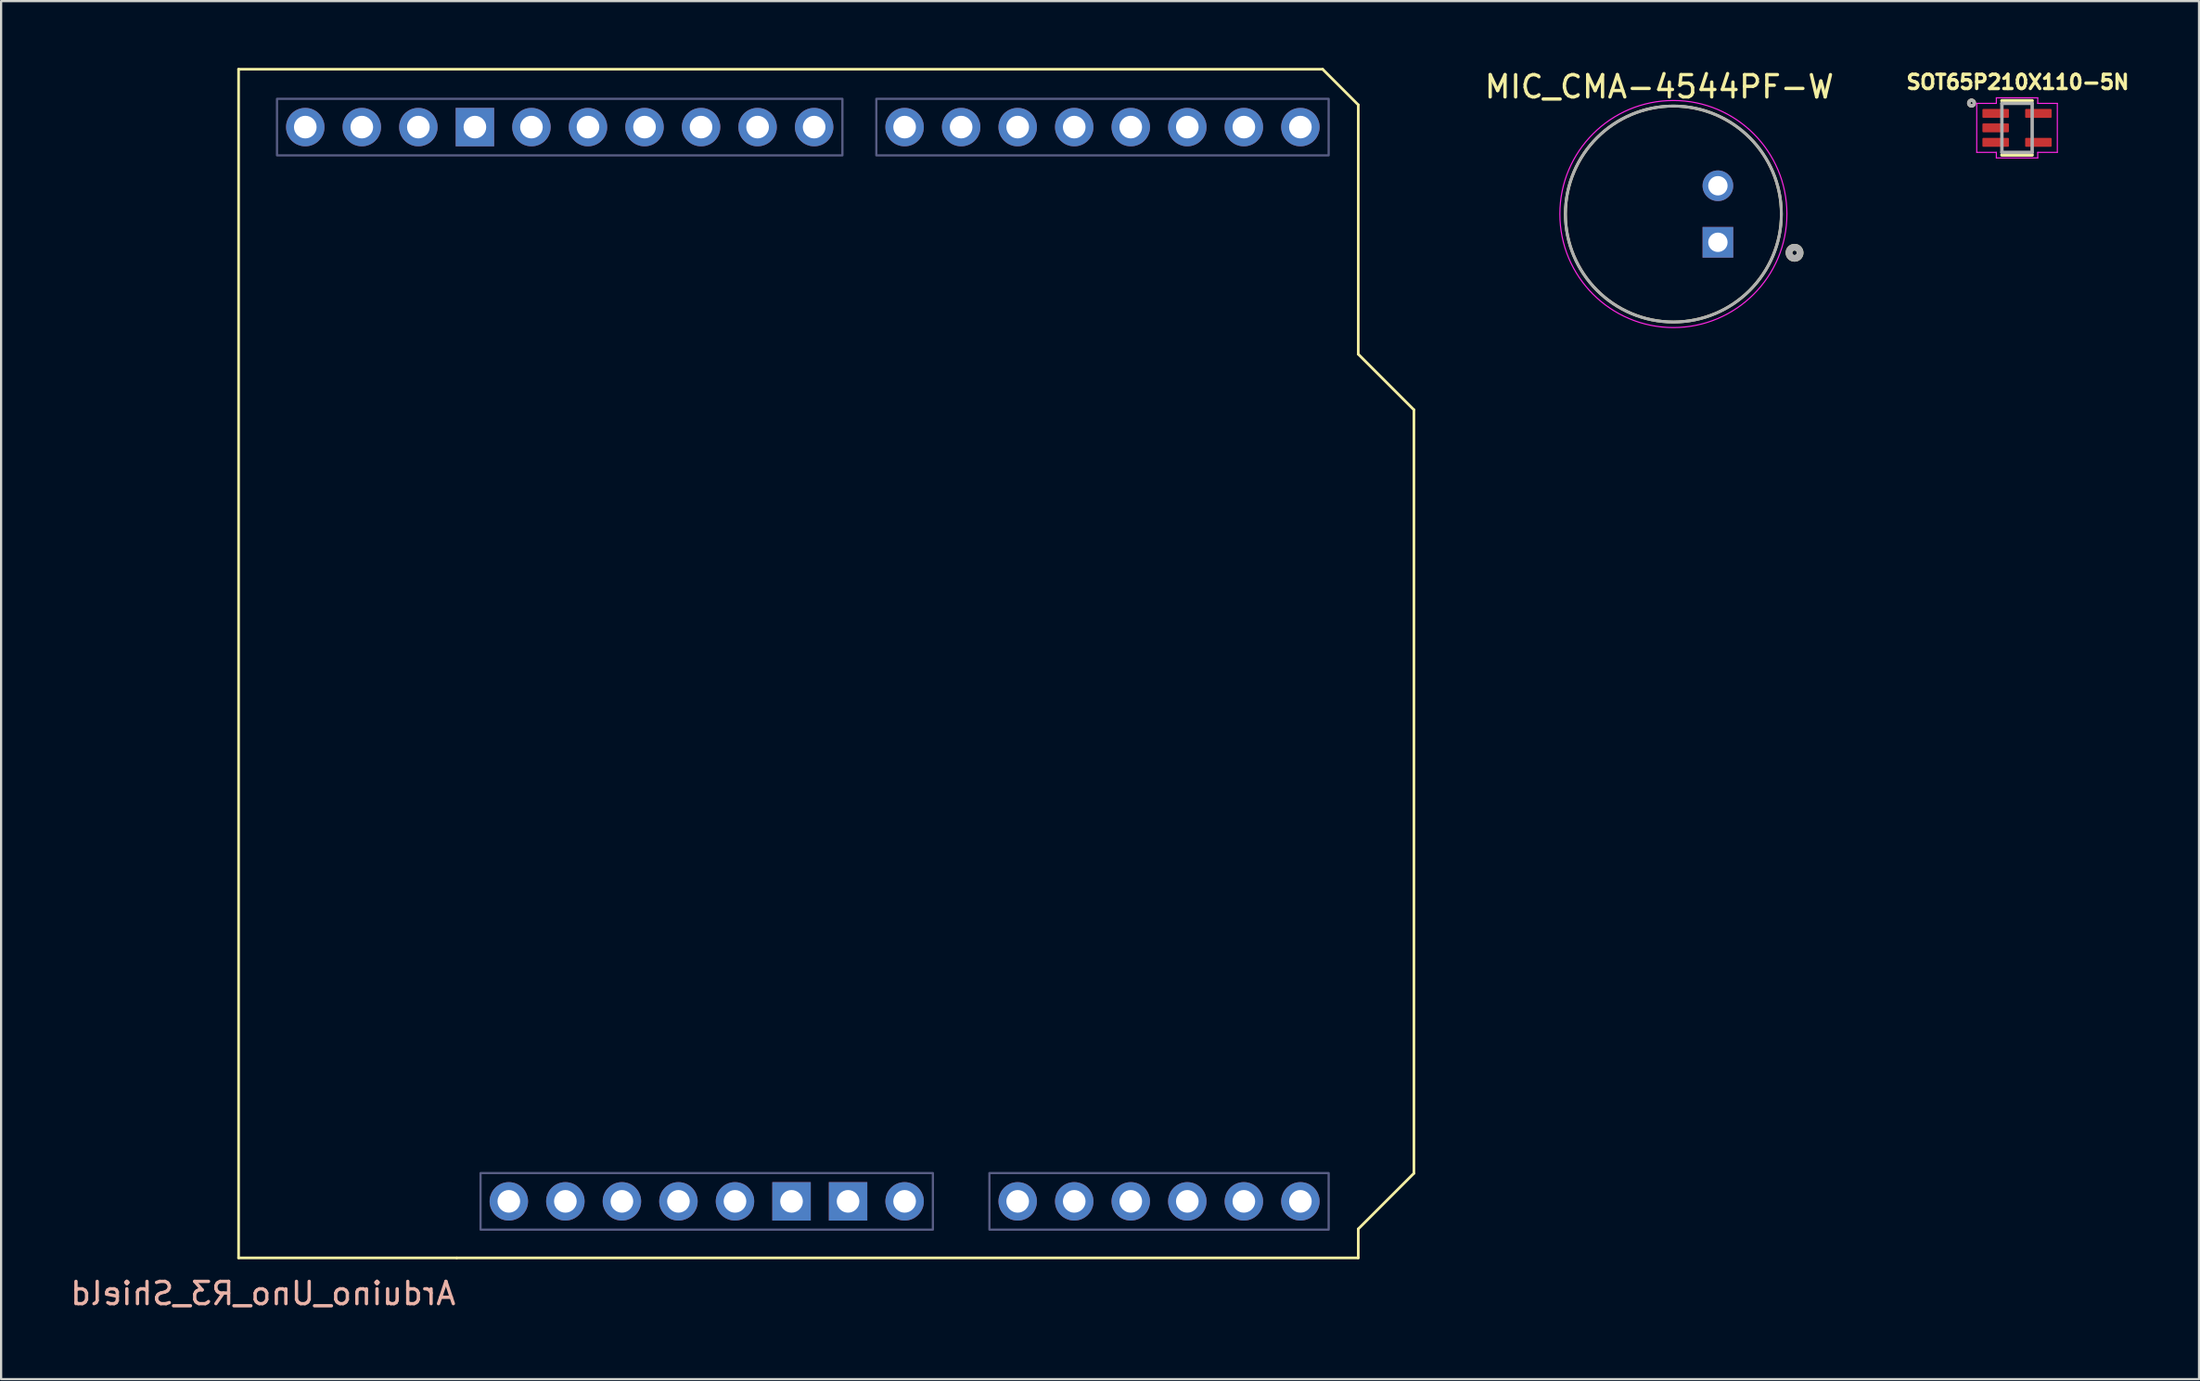
<source format=kicad_pcb>
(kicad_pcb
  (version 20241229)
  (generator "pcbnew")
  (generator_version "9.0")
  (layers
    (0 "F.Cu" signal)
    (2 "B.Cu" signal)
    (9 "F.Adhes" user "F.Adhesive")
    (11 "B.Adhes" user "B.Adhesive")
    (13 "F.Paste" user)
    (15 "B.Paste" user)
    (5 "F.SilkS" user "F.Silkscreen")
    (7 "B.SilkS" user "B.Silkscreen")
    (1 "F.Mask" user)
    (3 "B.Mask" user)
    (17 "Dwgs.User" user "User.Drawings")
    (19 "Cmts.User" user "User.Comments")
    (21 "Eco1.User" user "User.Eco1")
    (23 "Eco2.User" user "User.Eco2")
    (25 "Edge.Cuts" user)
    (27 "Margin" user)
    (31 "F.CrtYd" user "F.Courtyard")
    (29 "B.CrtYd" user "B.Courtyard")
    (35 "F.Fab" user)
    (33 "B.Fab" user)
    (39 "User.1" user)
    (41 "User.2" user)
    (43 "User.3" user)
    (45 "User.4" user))
  (footprint "MIC_CMA-4544PF-W"
    (layer "F.Cu")
    (at 72.124 6.565)
    (property "Reference" "MIC_CMA-4544PF-W" (at -0.635 -5.717 0) (layer "F.SilkS") (effects (font (size 1 1) (thickness 0.15))))
    (attr through_hole)
    (fp_circle (center 0 0) (end 4.85 0) (stroke (width 0.127) (type solid)) (fill no) (layer "F.SilkS"))
    (fp_circle (center 5.443 1.741) (end 5.543 1.741) (stroke (width 0.3) (type solid)) (fill no) (layer "F.SilkS"))
    (fp_circle (center 0 0) (end 5.1 0) (stroke (width 0.05) (type solid)) (fill no) (layer "F.CrtYd"))
    (fp_circle (center 0 0) (end 4.85 0) (stroke (width 0.127) (type solid)) (fill no) (layer "F.Fab"))
    (fp_circle (center 5.443 1.741) (end 5.543 1.741) (stroke (width 0.3) (type solid)) (fill no) (layer "F.Fab"))
    (pad "1" thru_hole rect (at 2 1.27) (size 1.378 1.378) (drill 0.87) (layers "*.Cu" "*.Mask"))
    (pad "2" thru_hole circle (at 2 -1.27) (size 1.378 1.378) (drill 0.87) (layers "*.Cu" "*.Mask")))
  (footprint "Arduino_Uno_R3_Shield"
    (layer "F.Cu")
    (at 7.668 53.46)
    (property "Reference" "Arduino_Uno_R3_Shield" (at 1.1 1.6 0) (layer "B.SilkS") (effects (font (size 1 1) (thickness 0.15)) (justify mirror)))
    (attr through_hole)
    (fp_line (start 0 -53.4) (end 0 0) (stroke (width 0.12) (type default)) (layer "F.SilkS"))
    (fp_line (start 0 0) (end 9.8 0) (stroke (width 0.12) (type default)) (layer "F.SilkS"))
    (fp_line (start 48.7 -53.4) (end 0 -53.4) (stroke (width 0.12) (type default)) (layer "F.SilkS"))
    (fp_line (start 50.3 -51.8) (end 48.7 -53.4) (stroke (width 0.12) (type default)) (layer "F.SilkS"))
    (fp_line (start 50.3 -40.6) (end 50.3 -51.8) (stroke (width 0.12) (type default)) (layer "F.SilkS"))
    (fp_line (start 50.3 -1.3) (end 50.3 0) (stroke (width 0.12) (type default)) (layer "F.SilkS"))
    (fp_line (start 50.3 0) (end 9.8 0) (stroke (width 0.12) (type default)) (layer "F.SilkS"))
    (fp_line (start 52.8 -38.1) (end 50.3 -40.6) (stroke (width 0.12) (type default)) (layer "F.SilkS"))
    (fp_line (start 52.8 -38.1) (end 52.8 -3.8) (stroke (width 0.12) (type default)) (layer "F.SilkS"))
    (fp_line (start 52.8 -3.8) (end 50.3 -1.3) (stroke (width 0.12) (type default)) (layer "F.SilkS"))
    (fp_rect (start 1.726 -52.07) (end 27.126 -49.53) (stroke (width 0.1) (type solid)) (fill no) (layer "B.Fab"))
    (fp_rect (start 10.87 -3.81) (end 31.19 -1.27) (stroke (width 0.1) (type solid)) (fill no) (layer "B.Fab"))
    (fp_rect (start 28.65 -52.07) (end 48.97 -49.53) (stroke (width 0.1) (type solid)) (fill no) (layer "B.Fab"))
    (fp_rect (start 33.73 -3.81) (end 48.97 -1.27) (stroke (width 0.1) (type solid)) (fill no) (layer "B.Fab"))
    (pad "" thru_hole oval (at 12.14 -2.54) (size 1.727 1.727) (drill 1.016) (layers "*.Cu" "*.Mask"))
    (pad "3V3" thru_hole oval (at 19.76 -2.54) (size 1.727 1.727) (drill 1.016) (layers "*.Cu" "*.Mask"))
    (pad "5V1" thru_hole oval (at 22.3 -2.54) (size 1.727 1.727) (drill 1.016) (layers "*.Cu" "*.Mask"))
    (pad "A0" thru_hole oval (at 35 -2.54) (size 1.727 1.727) (drill 1.016) (layers "*.Cu" "*.Mask"))
    (pad "A1" thru_hole oval (at 37.54 -2.54) (size 1.727 1.727) (drill 1.016) (layers "*.Cu" "*.Mask"))
    (pad "A2" thru_hole oval (at 40.08 -2.54) (size 1.727 1.727) (drill 1.016) (layers "*.Cu" "*.Mask"))
    (pad "A3" thru_hole oval (at 42.62 -2.54) (size 1.727 1.727) (drill 1.016) (layers "*.Cu" "*.Mask"))
    (pad "A4" thru_hole oval (at 45.16 -2.54) (size 1.727 1.727) (drill 1.016) (layers "*.Cu" "*.Mask"))
    (pad "A5" thru_hole oval (at 47.7 -2.54) (size 1.727 1.727) (drill 1.016) (layers "*.Cu" "*.Mask"))
    (pad "AREF" thru_hole oval (at 8.076 -50.8) (size 1.727 1.727) (drill 1.016) (layers "*.Cu" "*.Mask"))
    (pad "D0" thru_hole oval (at 47.7 -50.8) (size 1.727 1.727) (drill 1.016) (layers "*.Cu" "*.Mask"))
    (pad "D1" thru_hole oval (at 45.16 -50.8) (size 1.727 1.727) (drill 1.016) (layers "*.Cu" "*.Mask"))
    (pad "D2" thru_hole oval (at 42.62 -50.8) (size 1.727 1.727) (drill 1.016) (layers "*.Cu" "*.Mask"))
    (pad "D3" thru_hole oval (at 40.08 -50.8) (size 1.727 1.727) (drill 1.016) (layers "*.Cu" "*.Mask"))
    (pad "D4" thru_hole oval (at 37.54 -50.8) (size 1.727 1.727) (drill 1.016) (layers "*.Cu" "*.Mask"))
    (pad "D5" thru_hole oval (at 35 -50.8) (size 1.727 1.727) (drill 1.016) (layers "*.Cu" "*.Mask"))
    (pad "D6" thru_hole oval (at 32.46 -50.8) (size 1.727 1.727) (drill 1.016) (layers "*.Cu" "*.Mask"))
    (pad "D7" thru_hole oval (at 29.92 -50.8) (size 1.727 1.727) (drill 1.016) (layers "*.Cu" "*.Mask"))
    (pad "D8" thru_hole oval (at 25.856 -50.8) (size 1.727 1.727) (drill 1.016) (layers "*.Cu" "*.Mask"))
    (pad "D9" thru_hole oval (at 23.316 -50.8) (size 1.727 1.727) (drill 1.016) (layers "*.Cu" "*.Mask"))
    (pad "D10" thru_hole oval (at 20.776 -50.8) (size 1.727 1.727) (drill 1.016) (layers "*.Cu" "*.Mask"))
    (pad "D11" thru_hole oval (at 18.236 -50.8) (size 1.727 1.727) (drill 1.016) (layers "*.Cu" "*.Mask"))
    (pad "D12" thru_hole oval (at 15.696 -50.8) (size 1.727 1.727) (drill 1.016) (layers "*.Cu" "*.Mask"))
    (pad "D13" thru_hole oval (at 13.156 -50.8) (size 1.727 1.727) (drill 1.016) (layers "*.Cu" "*.Mask"))
    (pad "GND1" thru_hole rect (at 10.616 -50.8) (size 1.727 1.727) (drill 1.016) (layers "*.Cu" "*.Mask"))
    (pad "GND2" thru_hole rect (at 24.84 -2.54) (size 1.727 1.727) (drill 1.016) (layers "*.Cu" "*.Mask"))
    (pad "GND3" thru_hole rect (at 27.38 -2.54) (size 1.727 1.727) (drill 1.016) (layers "*.Cu" "*.Mask"))
    (pad "IORF" thru_hole oval (at 14.68 -2.54) (size 1.727 1.727) (drill 1.016) (layers "*.Cu" "*.Mask"))
    (pad "RST1" thru_hole oval (at 17.22 -2.54) (size 1.727 1.727) (drill 1.016) (layers "*.Cu" "*.Mask"))
    (pad "SCL" thru_hole oval (at 2.996 -50.8) (size 1.727 1.727) (drill 1.016) (layers "*.Cu" "*.Mask"))
    (pad "SDA" thru_hole oval (at 5.536 -50.8) (size 1.727 1.727) (drill 1.016) (layers "*.Cu" "*.Mask"))
    (pad "VIN" thru_hole oval (at 29.92 -2.54) (size 1.727 1.727) (drill 1.016) (layers "*.Cu" "*.Mask")))
  (footprint "SOT65P210X110-5N"
    (layer "F.Cu")
    (at 87.562 2.694)
    (property "Reference" "SOT65P210X110-5N" (at 0.032 -2.056 0) (layer "F.SilkS") (effects (font (size 0.64 0.64) (thickness 0.15))))
    (attr smd)
    (fp_line (start -0.68 1.219) (end 0.68 1.219) (stroke (width 0.152) (type solid)) (layer "F.SilkS"))
    (fp_line (start 0.68 -1.219) (end -0.68 -1.219) (stroke (width 0.152) (type solid)) (layer "F.SilkS"))
    (fp_arc (start -2.0438 -1.2392) (mid -1.9168 -1.1122) (end -2.0438 -0.9852) (stroke (width 0.1524) (type solid)) (layer "F.SilkS"))
    (fp_arc (start -2.0438 -0.9852) (mid -2.1708 -1.1122) (end -2.0438 -1.2392) (stroke (width 0.1524) (type solid)) (layer "F.SilkS"))
    (fp_line (start -1.81 -1.1) (end -0.93 -1.1) (stroke (width 0.05) (type solid)) (layer "F.CrtYd"))
    (fp_line (start -1.81 1.1) (end -1.81 -1.1) (stroke (width 0.05) (type solid)) (layer "F.CrtYd"))
    (fp_line (start -0.93 -1.35) (end 0.93 -1.35) (stroke (width 0.05) (type solid)) (layer "F.CrtYd"))
    (fp_line (start -0.93 -1.1) (end -0.93 -1.35) (stroke (width 0.05) (type solid)) (layer "F.CrtYd"))
    (fp_line (start -0.93 1.1) (end -1.81 1.1) (stroke (width 0.05) (type solid)) (layer "F.CrtYd"))
    (fp_line (start -0.93 1.35) (end -0.93 1.1) (stroke (width 0.05) (type solid)) (layer "F.CrtYd"))
    (fp_line (start 0.93 -1.35) (end 0.93 -1.1) (stroke (width 0.05) (type solid)) (layer "F.CrtYd"))
    (fp_line (start 0.93 -1.1) (end 1.81 -1.1) (stroke (width 0.05) (type solid)) (layer "F.CrtYd"))
    (fp_line (start 0.93 1.1) (end 0.93 1.35) (stroke (width 0.05) (type solid)) (layer "F.CrtYd"))
    (fp_line (start 0.93 1.35) (end -0.93 1.35) (stroke (width 0.05) (type solid)) (layer "F.CrtYd"))
    (fp_line (start 1.81 -1.1) (end 1.81 1.1) (stroke (width 0.05) (type solid)) (layer "F.CrtYd"))
    (fp_line (start 1.81 1.1) (end 0.93 1.1) (stroke (width 0.05) (type solid)) (layer "F.CrtYd"))
    (fp_line (start -0.68 -1.1) (end -0.68 1.1) (stroke (width 0.152) (type solid)) (layer "F.Fab"))
    (fp_line (start -0.68 1.1) (end 0.68 1.1) (stroke (width 0.152) (type solid)) (layer "F.Fab"))
    (fp_line (start 0.68 -1.1) (end -0.68 -1.1) (stroke (width 0.152) (type solid)) (layer "F.Fab"))
    (fp_line (start 0.68 1.1) (end 0.68 -1.1) (stroke (width 0.152) (type solid)) (layer "F.Fab"))
    (fp_arc (start -2.0438 -1.2392) (mid -1.9168 -1.1122) (end -2.0438 -0.9852) (stroke (width 0.1524) (type solid)) (layer "F.Fab"))
    (fp_arc (start -2.0438 -0.9852) (mid -2.1708 -1.1122) (end -2.0438 -1.2392) (stroke (width 0.1524) (type solid)) (layer "F.Fab"))
    (pad "1" smd roundrect (at -0.96 -0.65) (size 1.19 0.4) (layers "F.Cu" "F.Mask" "F.Paste") (roundrect_rratio 0.1))
    (pad "2" smd roundrect (at -0.96 0) (size 1.19 0.4) (layers "F.Cu" "F.Mask" "F.Paste") (roundrect_rratio 0.1))
    (pad "3" smd roundrect (at -0.96 0.65) (size 1.19 0.4) (layers "F.Cu" "F.Mask" "F.Paste") (roundrect_rratio 0.1))
    (pad "4" smd roundrect (at 0.96 0.65) (size 1.19 0.4) (layers "F.Cu" "F.Mask" "F.Paste") (roundrect_rratio 0.1))
    (pad "5" smd roundrect (at 0.96 -0.65) (size 1.19 0.4) (layers "F.Cu" "F.Mask" "F.Paste") (roundrect_rratio 0.1)))
  (gr_rect
    (start -3 -3)
    (end 95.738 58.908)
    (stroke (width 0.1) (type default))
    (fill no)
    (layer "Edge.Cuts")))
</source>
